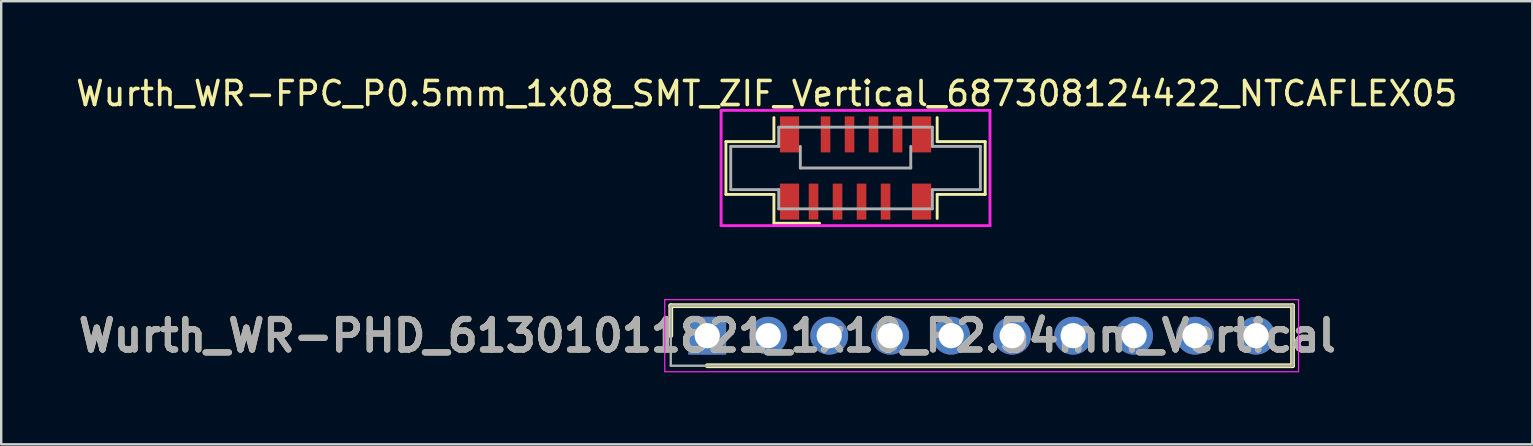
<source format=kicad_pcb>
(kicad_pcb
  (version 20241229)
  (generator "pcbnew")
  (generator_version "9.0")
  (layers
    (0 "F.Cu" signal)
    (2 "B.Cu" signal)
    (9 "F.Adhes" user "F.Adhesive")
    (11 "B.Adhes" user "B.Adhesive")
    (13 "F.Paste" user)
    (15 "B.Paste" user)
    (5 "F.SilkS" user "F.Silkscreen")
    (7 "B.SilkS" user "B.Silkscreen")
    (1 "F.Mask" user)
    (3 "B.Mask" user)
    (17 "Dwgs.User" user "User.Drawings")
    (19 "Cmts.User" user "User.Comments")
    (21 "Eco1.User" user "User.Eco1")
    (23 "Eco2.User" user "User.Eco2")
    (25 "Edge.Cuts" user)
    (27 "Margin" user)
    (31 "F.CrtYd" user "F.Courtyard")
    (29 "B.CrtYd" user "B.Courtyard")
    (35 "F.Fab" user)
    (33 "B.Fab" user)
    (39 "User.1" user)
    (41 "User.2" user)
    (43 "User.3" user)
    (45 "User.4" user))
  (footprint "Wurth_WR-PHD_61301011821_1x10_P2.54mm_Vertical"
    (layer "F.Cu")
    (at 26.41 10.933)
    (property "Reference" "Wurth_WR-PHD_61301011821_1x10_P2.54mm_Vertical" (at 0 0 0) (layer "F.SilkS") (effects (font (size 1.27 1.27) (thickness 0.254))))
    (attr through_hole)
    (fp_line (start -1.52 -1.25) (end -1.52 0) (stroke (width 0.2) (type solid)) (layer "F.SilkS"))
    (fp_line (start 0 1.25) (end 24.38 1.25) (stroke (width 0.2) (type solid)) (layer "F.SilkS"))
    (fp_line (start 24.38 -1.25) (end -1.52 -1.25) (stroke (width 0.2) (type solid)) (layer "F.SilkS"))
    (fp_line (start 24.38 1.25) (end 24.38 -1.25) (stroke (width 0.2) (type solid)) (layer "F.SilkS"))
    (fp_line (start -1.77 -1.5) (end 24.63 -1.5) (stroke (width 0.05) (type solid)) (layer "F.CrtYd"))
    (fp_line (start -1.77 1.5) (end -1.77 -1.5) (stroke (width 0.05) (type solid)) (layer "F.CrtYd"))
    (fp_line (start 24.63 -1.5) (end 24.63 1.5) (stroke (width 0.05) (type solid)) (layer "F.CrtYd"))
    (fp_line (start 24.63 1.5) (end -1.77 1.5) (stroke (width 0.05) (type solid)) (layer "F.CrtYd"))
    (fp_line (start -1.52 -1.25) (end 24.38 -1.25) (stroke (width 0.1) (type solid)) (layer "F.Fab"))
    (fp_line (start -1.52 1.25) (end -1.52 -1.25) (stroke (width 0.1) (type solid)) (layer "F.Fab"))
    (fp_line (start 24.38 -1.25) (end 24.38 1.25) (stroke (width 0.1) (type solid)) (layer "F.Fab"))
    (fp_line (start 24.38 1.25) (end -1.52 1.25) (stroke (width 0.1) (type solid)) (layer "F.Fab"))
    (fp_text user "${REFERENCE}" (at 0 0 0) (layer "F.Fab") (effects (font (size 1.27 1.27) (thickness 0.254))))
    (pad "1" thru_hole rect (at 0 0) (size 1.575 1.575) (drill 1.05) (layers "*.Cu" "*.Mask"))
    (pad "2" thru_hole circle (at 2.54 0) (size 1.575 1.575) (drill 1.05) (layers "*.Cu" "*.Mask"))
    (pad "3" thru_hole circle (at 5.08 0) (size 1.575 1.575) (drill 1.05) (layers "*.Cu" "*.Mask"))
    (pad "4" thru_hole circle (at 7.62 0) (size 1.575 1.575) (drill 1.05) (layers "*.Cu" "*.Mask"))
    (pad "5" thru_hole circle (at 10.16 0) (size 1.575 1.575) (drill 1.05) (layers "*.Cu" "*.Mask"))
    (pad "6" thru_hole circle (at 12.7 0) (size 1.575 1.575) (drill 1.05) (layers "*.Cu" "*.Mask"))
    (pad "7" thru_hole circle (at 15.24 0) (size 1.575 1.575) (drill 1.05) (layers "*.Cu" "*.Mask"))
    (pad "8" thru_hole circle (at 17.78 0) (size 1.575 1.575) (drill 1.05) (layers "*.Cu" "*.Mask"))
    (pad "9" thru_hole circle (at 20.32 0) (size 1.575 1.575) (drill 1.05) (layers "*.Cu" "*.Mask"))
    (pad "10" thru_hole circle (at 22.86 0) (size 1.575 1.575) (drill 1.05) (layers "*.Cu" "*.Mask")))
  (footprint "Wurth_WR-FPC_P0.5mm_1x08_SMT_ZIF_Vertical_687308124422_NTCAFLEX05"
    (layer "F.Cu")
    (at 32.587 3.948)
    (property "Reference" "Wurth_WR-FPC_P0.5mm_1x08_SMT_ZIF_Vertical_687308124422_NTCAFLEX05" (at -3.7 -3.1 0) (layer "F.SilkS") (effects (font (size 1 1) (thickness 0.15))))
    (attr through_hole)
    (fp_line (start -5.4 -1.1) (end -5.4 1.1) (stroke (width 0.12) (type solid)) (layer "F.SilkS"))
    (fp_line (start -5.4 1.1) (end -3.4 1.1) (stroke (width 0.12) (type solid)) (layer "F.SilkS"))
    (fp_line (start -3.4 -1.1) (end -5.4 -1.1) (stroke (width 0.12) (type solid)) (layer "F.SilkS"))
    (fp_line (start -3.4 -1.1) (end -3.4 -2.1) (stroke (width 0.12) (type solid)) (layer "F.SilkS"))
    (fp_line (start -3.4 1.1) (end -3.4 2.3) (stroke (width 0.12) (type solid)) (layer "F.SilkS"))
    (fp_line (start -3.4 2.3) (end -1.5 2.3) (stroke (width 0.12) (type solid)) (layer "F.SilkS"))
    (fp_line (start 3.4 -2.1) (end 3.4 -1.1) (stroke (width 0.12) (type solid)) (layer "F.SilkS"))
    (fp_line (start 3.4 -1.1) (end 5.4 -1.1) (stroke (width 0.12) (type solid)) (layer "F.SilkS"))
    (fp_line (start 3.4 1.1) (end 3.4 2.1) (stroke (width 0.12) (type solid)) (layer "F.SilkS"))
    (fp_line (start 5.4 -1.1) (end 5.4 1.1) (stroke (width 0.12) (type solid)) (layer "F.SilkS"))
    (fp_line (start 5.4 1.1) (end 3.4 1.1) (stroke (width 0.12) (type solid)) (layer "F.SilkS"))
    (fp_line (start -5.6 -2.4) (end 5.6 -2.4) (stroke (width 0.12) (type solid)) (layer "F.CrtYd"))
    (fp_line (start -5.6 2.4) (end -5.6 -2.4) (stroke (width 0.12) (type solid)) (layer "F.CrtYd"))
    (fp_line (start 5.6 -2.4) (end 5.6 2.4) (stroke (width 0.12) (type solid)) (layer "F.CrtYd"))
    (fp_line (start 5.6 2.4) (end -5.6 2.4) (stroke (width 0.12) (type solid)) (layer "F.CrtYd"))
    (fp_line (start -5.2 -0.9) (end -5.2 0.9) (stroke (width 0.12) (type solid)) (layer "F.Fab"))
    (fp_line (start -5.2 0.9) (end -3.2 0.9) (stroke (width 0.12) (type solid)) (layer "F.Fab"))
    (fp_line (start -3.2 -1.7) (end -3.2 -0.9) (stroke (width 0.12) (type solid)) (layer "F.Fab"))
    (fp_line (start -3.2 -1.7) (end 3.2 -1.7) (stroke (width 0.12) (type solid)) (layer "F.Fab"))
    (fp_line (start -3.2 -0.9) (end -5.2 -0.9) (stroke (width 0.12) (type solid)) (layer "F.Fab"))
    (fp_line (start -3.2 0.9) (end -3.2 1.7) (stroke (width 0.12) (type solid)) (layer "F.Fab"))
    (fp_line (start -2.3 0) (end -2.3 -0.9) (stroke (width 0.12) (type solid)) (layer "F.Fab"))
    (fp_line (start -2.3 0) (end 2.3 0) (stroke (width 0.12) (type solid)) (layer "F.Fab"))
    (fp_line (start 2.3 0) (end 2.3 -0.9) (stroke (width 0.12) (type solid)) (layer "F.Fab"))
    (fp_line (start 3.2 -0.9) (end 3.2 -1.7) (stroke (width 0.12) (type solid)) (layer "F.Fab"))
    (fp_line (start 3.2 0.9) (end 5.2 0.9) (stroke (width 0.12) (type solid)) (layer "F.Fab"))
    (fp_line (start 3.2 1.7) (end -3.2 1.7) (stroke (width 0.12) (type solid)) (layer "F.Fab"))
    (fp_line (start 3.2 1.7) (end 3.2 0.9) (stroke (width 0.12) (type solid)) (layer "F.Fab"))
    (fp_line (start 5.2 -0.9) (end 3.2 -0.9) (stroke (width 0.12) (type solid)) (layer "F.Fab"))
    (fp_line (start 5.2 0.9) (end 5.2 -0.9) (stroke (width 0.12) (type solid)) (layer "F.Fab"))
    (pad "1" smd rect (at -1.75 1.4) (size 0.4 1.5) (layers "F.Cu" "F.Mask" "F.Paste"))
    (pad "2" smd rect (at -1.25 -1.4) (size 0.4 1.5) (layers "F.Cu" "F.Mask" "F.Paste"))
    (pad "3" smd rect (at -0.75 1.4) (size 0.4 1.5) (layers "F.Cu" "F.Mask" "F.Paste"))
    (pad "4" smd rect (at -0.25 -1.4) (size 0.4 1.5) (layers "F.Cu" "F.Mask" "F.Paste"))
    (pad "5" smd rect (at 0.25 1.4) (size 0.4 1.5) (layers "F.Cu" "F.Mask" "F.Paste"))
    (pad "6" smd rect (at 0.75 -1.4) (size 0.4 1.5) (layers "F.Cu" "F.Mask" "F.Paste"))
    (pad "7" smd rect (at 1.25 1.4) (size 0.4 1.5) (layers "F.Cu" "F.Mask" "F.Paste"))
    (pad "8" smd rect (at 1.75 -1.4) (size 0.4 1.5) (layers "F.Cu" "F.Mask" "F.Paste"))
    (pad "MP" smd rect (at -2.75 -1.4) (size 0.8 1.5) (layers "F.Cu" "F.Mask" "F.Paste"))
    (pad "MP" smd rect (at -2.75 1.4) (size 0.8 1.5) (layers "F.Cu" "F.Mask" "F.Paste"))
    (pad "MP" smd rect (at 2.75 -1.4) (size 0.8 1.5) (layers "F.Cu" "F.Mask" "F.Paste"))
    (pad "MP" smd rect (at 2.75 1.4) (size 0.8 1.5) (layers "F.Cu" "F.Mask" "F.Paste")))
  (gr_rect
    (start -3 -3)
    (end 60.774 15.458)
    (stroke (width 0.1) (type default))
    (fill no)
    (layer "Edge.Cuts")))
</source>
